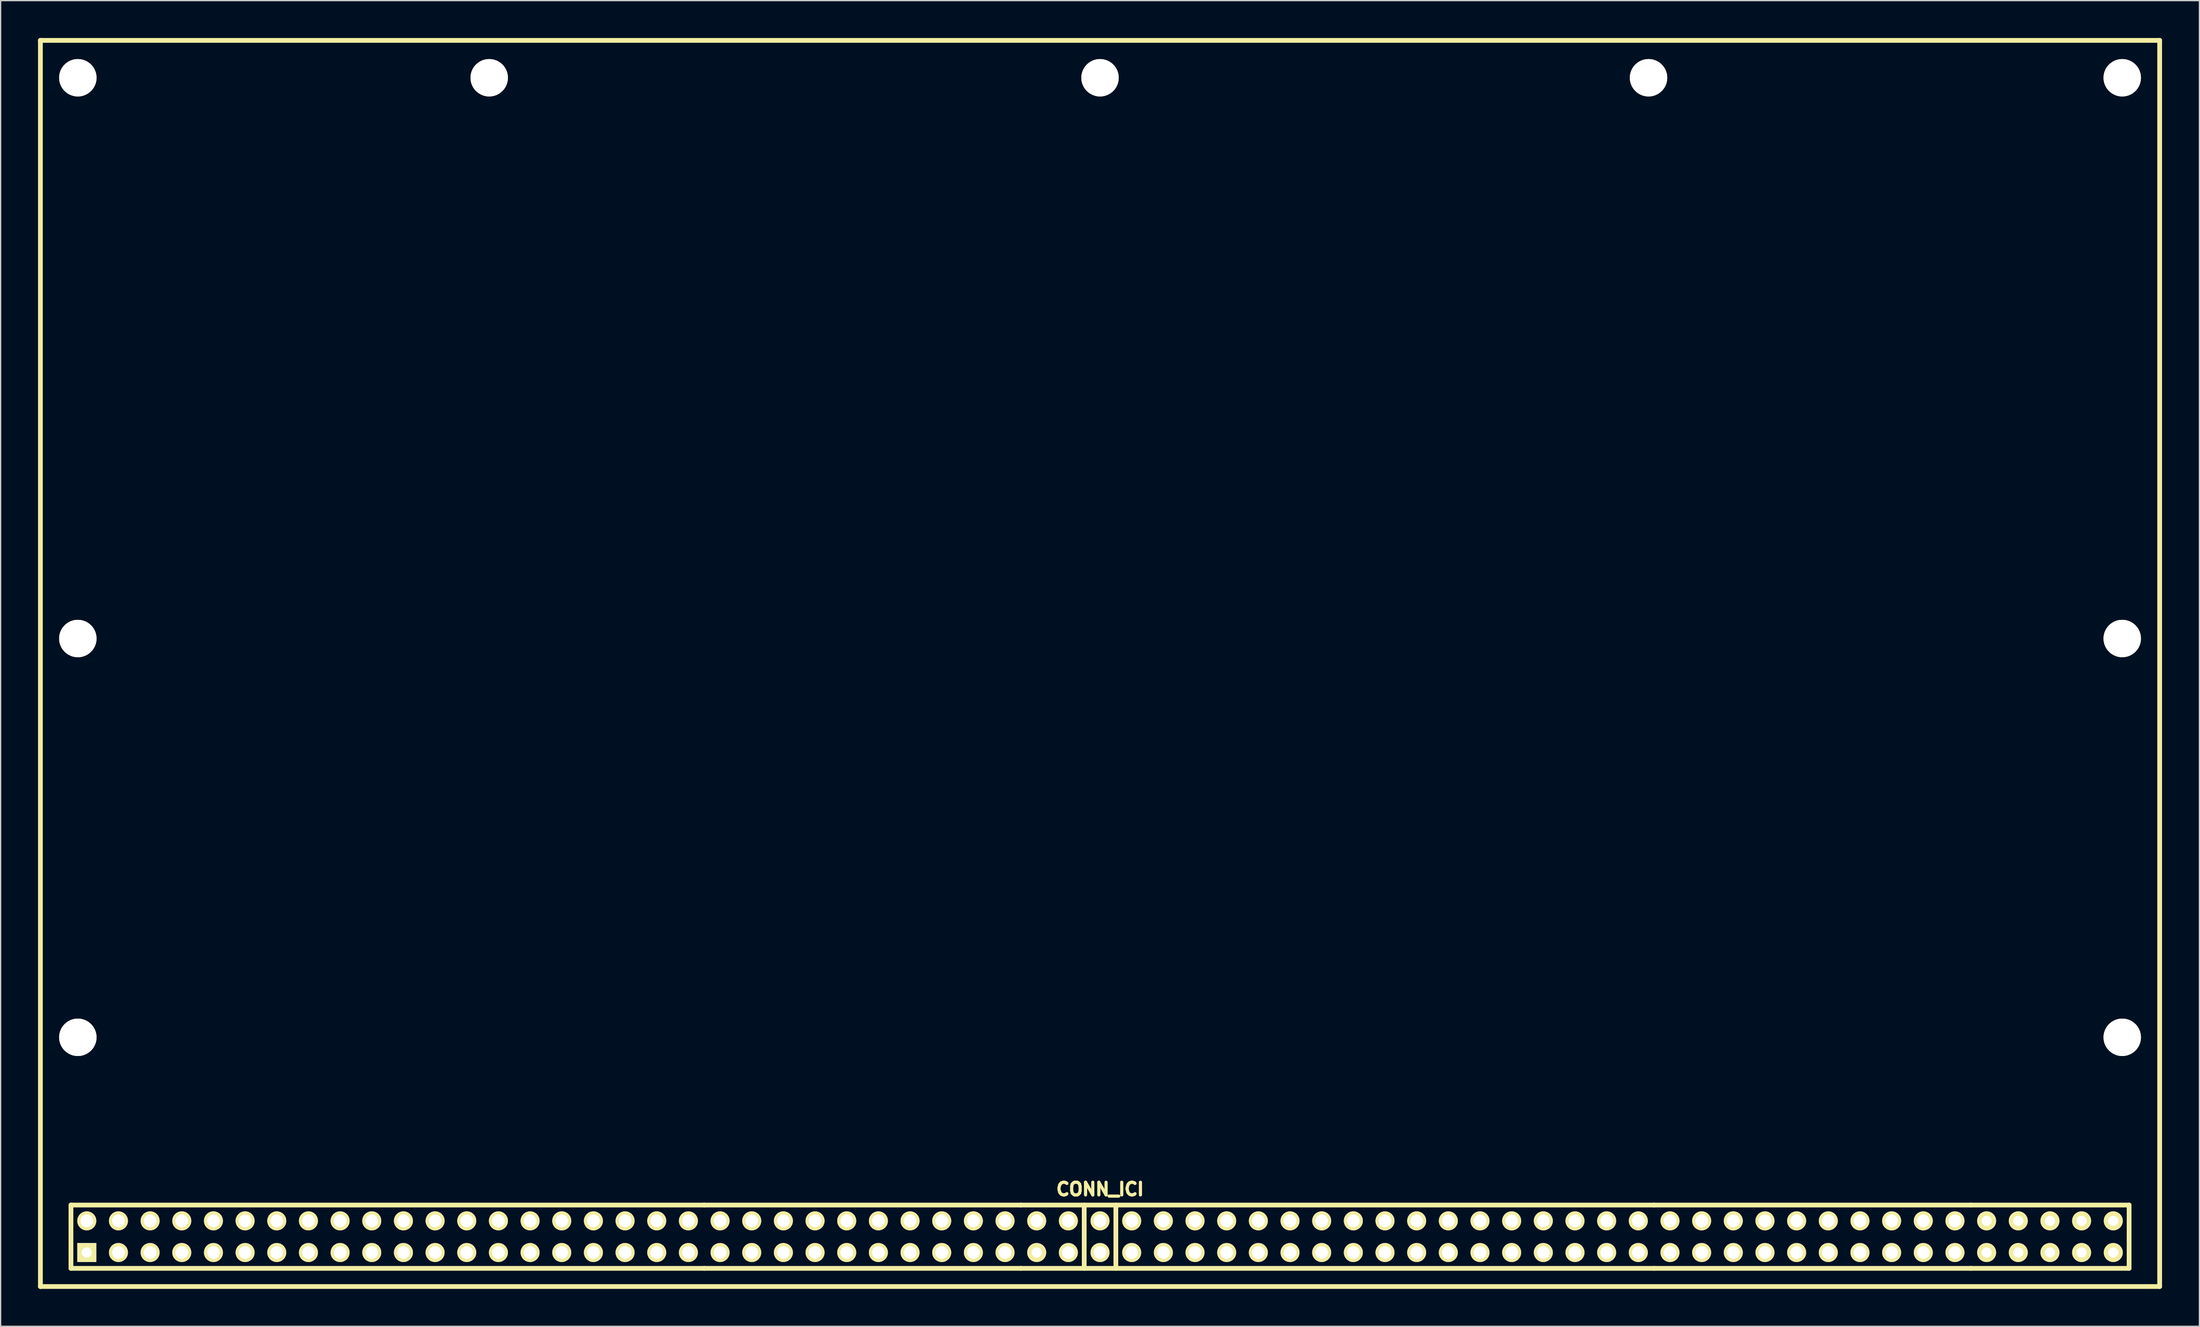
<source format=kicad_pcb>
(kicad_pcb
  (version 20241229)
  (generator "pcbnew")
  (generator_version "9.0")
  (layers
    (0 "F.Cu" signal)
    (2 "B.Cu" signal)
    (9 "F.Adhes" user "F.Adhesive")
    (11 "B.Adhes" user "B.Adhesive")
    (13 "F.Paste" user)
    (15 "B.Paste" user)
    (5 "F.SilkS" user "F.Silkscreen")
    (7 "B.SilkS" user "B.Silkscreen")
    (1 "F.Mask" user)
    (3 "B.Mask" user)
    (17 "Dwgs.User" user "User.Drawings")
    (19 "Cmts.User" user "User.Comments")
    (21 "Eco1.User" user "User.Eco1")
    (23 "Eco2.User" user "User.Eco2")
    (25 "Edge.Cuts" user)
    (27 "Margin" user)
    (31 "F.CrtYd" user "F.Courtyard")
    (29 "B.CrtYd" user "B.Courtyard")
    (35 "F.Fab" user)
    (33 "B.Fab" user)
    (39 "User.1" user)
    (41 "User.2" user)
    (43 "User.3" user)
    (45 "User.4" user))
  (footprint "CONN_ICI"
    (layer "F.Cu")
    (at 85.192 96.19)
    (property "Reference" "CONN_ICI" (at 0 -3.81 0) (layer "F.SilkS") (effects (font (size 1.016 1.016) (thickness 0.254))))
    (attr through_hole)
    (fp_line (start -85.001 -95.999) (end 85.001 -95.999) (stroke (width 0.381) (type solid)) (layer "F.SilkS"))
    (fp_line (start -85.001 4) (end -85.001 -95.999) (stroke (width 0.381) (type solid)) (layer "F.SilkS"))
    (fp_line (start -82.55 -2.54) (end -82.55 2.54) (stroke (width 0.381) (type solid)) (layer "F.SilkS"))
    (fp_line (start -31.75 -2.54) (end -82.55 -2.54) (stroke (width 0.381) (type solid)) (layer "F.SilkS"))
    (fp_line (start -31.75 -2.54) (end -6.35 -2.54) (stroke (width 0.381) (type solid)) (layer "F.SilkS"))
    (fp_line (start -31.75 2.54) (end -82.55 2.54) (stroke (width 0.381) (type solid)) (layer "F.SilkS"))
    (fp_line (start -31.75 2.54) (end -6.35 2.54) (stroke (width 0.381) (type solid)) (layer "F.SilkS"))
    (fp_line (start -1.27 -2.54) (end -1.27 2.54) (stroke (width 0.381) (type solid)) (layer "F.SilkS"))
    (fp_line (start 1.27 -2.54) (end 1.27 2.54) (stroke (width 0.381) (type solid)) (layer "F.SilkS"))
    (fp_line (start 44.45 -2.54) (end -6.35 -2.54) (stroke (width 0.381) (type solid)) (layer "F.SilkS"))
    (fp_line (start 44.45 -2.54) (end 69.85 -2.54) (stroke (width 0.381) (type solid)) (layer "F.SilkS"))
    (fp_line (start 44.45 2.54) (end -6.35 2.54) (stroke (width 0.381) (type solid)) (layer "F.SilkS"))
    (fp_line (start 44.45 2.54) (end 69.85 2.54) (stroke (width 0.381) (type solid)) (layer "F.SilkS"))
    (fp_line (start 69.85 2.54) (end 82.55 2.54) (stroke (width 0.381) (type solid)) (layer "F.SilkS"))
    (fp_line (start 82.55 -2.54) (end 69.85 -2.54) (stroke (width 0.381) (type solid)) (layer "F.SilkS"))
    (fp_line (start 82.55 -2.54) (end 82.55 2.54) (stroke (width 0.381) (type solid)) (layer "F.SilkS"))
    (fp_line (start 85.001 -95.999) (end 85.001 4) (stroke (width 0.381) (type solid)) (layer "F.SilkS"))
    (fp_line (start 85.001 4) (end -85.001 4) (stroke (width 0.381) (type solid)) (layer "F.SilkS"))
    (pad "" np_thru_hole circle (at -81.999 -93) (size 3 3) (drill 3) (layers "*.Cu" "*.Mask" "F.SilkS"))
    (pad "" np_thru_hole circle (at -81.999 -48.001) (size 3 3) (drill 3) (layers "*.Cu" "*.Mask" "F.SilkS"))
    (pad "" np_thru_hole circle (at -81.999 -15.999) (size 3 3) (drill 3) (layers "*.Cu" "*.Mask" "F.SilkS"))
    (pad "" np_thru_hole circle (at -48.999 -93) (size 3 3) (drill 3) (layers "*.Cu" "*.Mask" "F.SilkS"))
    (pad "" np_thru_hole circle (at 0 -93) (size 3 3) (drill 3) (layers "*.Cu" "*.Mask" "F.SilkS"))
    (pad "" np_thru_hole circle (at 44 -93) (size 3 3) (drill 3) (layers "*.Cu" "*.Mask" "F.SilkS"))
    (pad "" np_thru_hole circle (at 81.999 -93) (size 3 3) (drill 3) (layers "*.Cu" "*.Mask" "F.SilkS"))
    (pad "" np_thru_hole circle (at 81.999 -48.001) (size 3 3) (drill 3) (layers "*.Cu" "*.Mask" "F.SilkS"))
    (pad "" np_thru_hole circle (at 81.999 -15.999) (size 3 3) (drill 3) (layers "*.Cu" "*.Mask" "F.SilkS"))
    (pad "1" thru_hole rect (at -81.28 1.27) (size 1.524 1.524) (drill 0.813) (layers "*.Cu" "*.Mask" "F.SilkS"))
    (pad "2" thru_hole circle (at -81.28 -1.27) (size 1.524 1.524) (drill 1.016) (layers "*.Cu" "*.Mask" "F.SilkS"))
    (pad "3" thru_hole circle (at -78.74 1.27) (size 1.524 1.524) (drill 1.016) (layers "*.Cu" "*.Mask" "F.SilkS"))
    (pad "4" thru_hole circle (at -78.74 -1.27) (size 1.524 1.524) (drill 1.016) (layers "*.Cu" "*.Mask" "F.SilkS"))
    (pad "5" thru_hole circle (at -76.2 1.27) (size 1.524 1.524) (drill 1.016) (layers "*.Cu" "*.Mask" "F.SilkS"))
    (pad "6" thru_hole circle (at -76.2 -1.27) (size 1.524 1.524) (drill 1.016) (layers "*.Cu" "*.Mask" "F.SilkS"))
    (pad "7" thru_hole circle (at -73.66 1.27) (size 1.524 1.524) (drill 1.016) (layers "*.Cu" "*.Mask" "F.SilkS"))
    (pad "8" thru_hole circle (at -73.66 -1.27) (size 1.524 1.524) (drill 1.016) (layers "*.Cu" "*.Mask" "F.SilkS"))
    (pad "9" thru_hole circle (at -71.12 1.27) (size 1.524 1.524) (drill 1.016) (layers "*.Cu" "*.Mask" "F.SilkS"))
    (pad "10" thru_hole circle (at -71.12 -1.27) (size 1.524 1.524) (drill 1.016) (layers "*.Cu" "*.Mask" "F.SilkS"))
    (pad "11" thru_hole circle (at -68.58 1.27) (size 1.524 1.524) (drill 1.016) (layers "*.Cu" "*.Mask" "F.SilkS"))
    (pad "12" thru_hole circle (at -68.58 -1.27) (size 1.524 1.524) (drill 1.016) (layers "*.Cu" "*.Mask" "F.SilkS"))
    (pad "13" thru_hole circle (at -66.04 1.27) (size 1.524 1.524) (drill 1.016) (layers "*.Cu" "*.Mask" "F.SilkS"))
    (pad "14" thru_hole circle (at -66.04 -1.27) (size 1.524 1.524) (drill 1.016) (layers "*.Cu" "*.Mask" "F.SilkS"))
    (pad "15" thru_hole circle (at -63.5 1.27) (size 1.524 1.524) (drill 1.016) (layers "*.Cu" "*.Mask" "F.SilkS"))
    (pad "16" thru_hole circle (at -63.5 -1.27) (size 1.524 1.524) (drill 1.016) (layers "*.Cu" "*.Mask" "F.SilkS"))
    (pad "17" thru_hole circle (at -60.96 1.27) (size 1.524 1.524) (drill 1.016) (layers "*.Cu" "*.Mask" "F.SilkS"))
    (pad "18" thru_hole circle (at -60.96 -1.27) (size 1.524 1.524) (drill 1.016) (layers "*.Cu" "*.Mask" "F.SilkS"))
    (pad "19" thru_hole circle (at -58.42 1.27) (size 1.524 1.524) (drill 1.016) (layers "*.Cu" "*.Mask" "F.SilkS"))
    (pad "20" thru_hole circle (at -58.42 -1.27) (size 1.524 1.524) (drill 1.016) (layers "*.Cu" "*.Mask" "F.SilkS"))
    (pad "21" thru_hole circle (at -55.88 1.27) (size 1.524 1.524) (drill 1.016) (layers "*.Cu" "*.Mask" "F.SilkS"))
    (pad "22" thru_hole circle (at -55.88 -1.27) (size 1.524 1.524) (drill 1.016) (layers "*.Cu" "*.Mask" "F.SilkS"))
    (pad "23" thru_hole circle (at -53.34 1.27) (size 1.524 1.524) (drill 1.016) (layers "*.Cu" "*.Mask" "F.SilkS"))
    (pad "24" thru_hole circle (at -53.34 -1.27) (size 1.524 1.524) (drill 1.016) (layers "*.Cu" "*.Mask" "F.SilkS"))
    (pad "25" thru_hole circle (at -50.8 1.27) (size 1.524 1.524) (drill 1.016) (layers "*.Cu" "*.Mask" "F.SilkS"))
    (pad "26" thru_hole circle (at -50.8 -1.27) (size 1.524 1.524) (drill 1.016) (layers "*.Cu" "*.Mask" "F.SilkS"))
    (pad "27" thru_hole circle (at -48.26 1.27) (size 1.524 1.524) (drill 1.016) (layers "*.Cu" "*.Mask" "F.SilkS"))
    (pad "28" thru_hole circle (at -48.26 -1.27) (size 1.524 1.524) (drill 1.016) (layers "*.Cu" "*.Mask" "F.SilkS"))
    (pad "29" thru_hole circle (at -45.72 1.27) (size 1.524 1.524) (drill 1.016) (layers "*.Cu" "*.Mask" "F.SilkS"))
    (pad "30" thru_hole circle (at -45.72 -1.27) (size 1.524 1.524) (drill 1.016) (layers "*.Cu" "*.Mask" "F.SilkS"))
    (pad "31" thru_hole circle (at -43.18 1.27) (size 1.524 1.524) (drill 1.016) (layers "*.Cu" "*.Mask" "F.SilkS"))
    (pad "32" thru_hole circle (at -43.18 -1.27) (size 1.524 1.524) (drill 1.016) (layers "*.Cu" "*.Mask" "F.SilkS"))
    (pad "33" thru_hole circle (at -40.64 1.27) (size 1.524 1.524) (drill 1.016) (layers "*.Cu" "*.Mask" "F.SilkS"))
    (pad "34" thru_hole circle (at -40.64 -1.27) (size 1.524 1.524) (drill 1.016) (layers "*.Cu" "*.Mask" "F.SilkS"))
    (pad "35" thru_hole circle (at -38.1 1.27) (size 1.524 1.524) (drill 1.016) (layers "*.Cu" "*.Mask" "F.SilkS"))
    (pad "36" thru_hole circle (at -38.1 -1.27) (size 1.524 1.524) (drill 1.016) (layers "*.Cu" "*.Mask" "F.SilkS"))
    (pad "37" thru_hole circle (at -35.56 1.27) (size 1.524 1.524) (drill 1.016) (layers "*.Cu" "*.Mask" "F.SilkS"))
    (pad "38" thru_hole circle (at -35.56 -1.27) (size 1.524 1.524) (drill 1.016) (layers "*.Cu" "*.Mask" "F.SilkS"))
    (pad "39" thru_hole circle (at -33.02 1.27) (size 1.524 1.524) (drill 1.016) (layers "*.Cu" "*.Mask" "F.SilkS"))
    (pad "40" thru_hole circle (at -33.02 -1.27) (size 1.524 1.524) (drill 1.016) (layers "*.Cu" "*.Mask" "F.SilkS"))
    (pad "41" thru_hole circle (at -30.48 1.27) (size 1.524 1.524) (drill 1.016) (layers "*.Cu" "*.Mask" "F.SilkS"))
    (pad "42" thru_hole circle (at -30.48 -1.27) (size 1.524 1.524) (drill 1.016) (layers "*.Cu" "*.Mask" "F.SilkS"))
    (pad "43" thru_hole circle (at -27.94 1.27) (size 1.524 1.524) (drill 1.016) (layers "*.Cu" "*.Mask" "F.SilkS"))
    (pad "44" thru_hole circle (at -27.94 -1.27) (size 1.524 1.524) (drill 1.016) (layers "*.Cu" "*.Mask" "F.SilkS"))
    (pad "45" thru_hole circle (at -25.4 1.27) (size 1.524 1.524) (drill 1.016) (layers "*.Cu" "*.Mask" "F.SilkS"))
    (pad "46" thru_hole circle (at -25.4 -1.27) (size 1.524 1.524) (drill 1.016) (layers "*.Cu" "*.Mask" "F.SilkS"))
    (pad "47" thru_hole circle (at -22.86 1.27) (size 1.524 1.524) (drill 1.016) (layers "*.Cu" "*.Mask" "F.SilkS"))
    (pad "48" thru_hole circle (at -22.86 -1.27) (size 1.524 1.524) (drill 1.016) (layers "*.Cu" "*.Mask" "F.SilkS"))
    (pad "49" thru_hole circle (at -20.32 1.27) (size 1.524 1.524) (drill 1.016) (layers "*.Cu" "*.Mask" "F.SilkS"))
    (pad "50" thru_hole circle (at -20.32 -1.27) (size 1.524 1.524) (drill 1.016) (layers "*.Cu" "*.Mask" "F.SilkS"))
    (pad "51" thru_hole circle (at -17.78 1.27) (size 1.524 1.524) (drill 1.016) (layers "*.Cu" "*.Mask" "F.SilkS"))
    (pad "52" thru_hole circle (at -17.78 -1.27) (size 1.524 1.524) (drill 1.016) (layers "*.Cu" "*.Mask" "F.SilkS"))
    (pad "53" thru_hole circle (at -15.24 1.27) (size 1.524 1.524) (drill 1.016) (layers "*.Cu" "*.Mask" "F.SilkS"))
    (pad "54" thru_hole circle (at -15.24 -1.27) (size 1.524 1.524) (drill 1.016) (layers "*.Cu" "*.Mask" "F.SilkS"))
    (pad "55" thru_hole circle (at -12.7 1.27) (size 1.524 1.524) (drill 1.016) (layers "*.Cu" "*.Mask" "F.SilkS"))
    (pad "56" thru_hole circle (at -12.7 -1.27) (size 1.524 1.524) (drill 1.016) (layers "*.Cu" "*.Mask" "F.SilkS"))
    (pad "57" thru_hole circle (at -10.16 1.27) (size 1.524 1.524) (drill 1.016) (layers "*.Cu" "*.Mask" "F.SilkS"))
    (pad "58" thru_hole circle (at -10.16 -1.27) (size 1.524 1.524) (drill 1.016) (layers "*.Cu" "*.Mask" "F.SilkS"))
    (pad "59" thru_hole circle (at -7.62 1.27) (size 1.524 1.524) (drill 1.016) (layers "*.Cu" "*.Mask" "F.SilkS"))
    (pad "60" thru_hole circle (at -7.62 -1.27) (size 1.524 1.524) (drill 1.016) (layers "*.Cu" "*.Mask" "F.SilkS"))
    (pad "61" thru_hole circle (at -5.08 1.27) (size 1.524 1.524) (drill 0.813) (layers "*.Cu" "*.Mask" "F.SilkS"))
    (pad "62" thru_hole circle (at -5.08 -1.27) (size 1.524 1.524) (drill 1.016) (layers "*.Cu" "*.Mask" "F.SilkS"))
    (pad "63" thru_hole circle (at -2.54 1.27) (size 1.524 1.524) (drill 1.016) (layers "*.Cu" "*.Mask" "F.SilkS"))
    (pad "64" thru_hole circle (at -2.54 -1.27) (size 1.524 1.524) (drill 1.016) (layers "*.Cu" "*.Mask" "F.SilkS"))
    (pad "65" thru_hole circle (at 0 1.27) (size 1.524 1.524) (drill 1.016) (layers "*.Cu" "*.Mask" "F.SilkS"))
    (pad "66" thru_hole circle (at 0 -1.27) (size 1.524 1.524) (drill 1.016) (layers "*.Cu" "*.Mask" "F.SilkS"))
    (pad "67" thru_hole circle (at 2.54 1.27) (size 1.524 1.524) (drill 1.016) (layers "*.Cu" "*.Mask" "F.SilkS"))
    (pad "68" thru_hole circle (at 2.54 -1.27) (size 1.524 1.524) (drill 1.016) (layers "*.Cu" "*.Mask" "F.SilkS"))
    (pad "69" thru_hole circle (at 5.08 1.27) (size 1.524 1.524) (drill 1.016) (layers "*.Cu" "*.Mask" "F.SilkS"))
    (pad "70" thru_hole circle (at 5.08 -1.27) (size 1.524 1.524) (drill 1.016) (layers "*.Cu" "*.Mask" "F.SilkS"))
    (pad "71" thru_hole circle (at 7.62 1.27) (size 1.524 1.524) (drill 1.016) (layers "*.Cu" "*.Mask" "F.SilkS"))
    (pad "72" thru_hole circle (at 7.62 -1.27) (size 1.524 1.524) (drill 1.016) (layers "*.Cu" "*.Mask" "F.SilkS"))
    (pad "73" thru_hole circle (at 10.16 1.27) (size 1.524 1.524) (drill 1.016) (layers "*.Cu" "*.Mask" "F.SilkS"))
    (pad "74" thru_hole circle (at 10.16 -1.27) (size 1.524 1.524) (drill 1.016) (layers "*.Cu" "*.Mask" "F.SilkS"))
    (pad "75" thru_hole circle (at 12.7 1.27) (size 1.524 1.524) (drill 1.016) (layers "*.Cu" "*.Mask" "F.SilkS"))
    (pad "76" thru_hole circle (at 12.7 -1.27) (size 1.524 1.524) (drill 1.016) (layers "*.Cu" "*.Mask" "F.SilkS"))
    (pad "77" thru_hole circle (at 15.24 1.27) (size 1.524 1.524) (drill 1.016) (layers "*.Cu" "*.Mask" "F.SilkS"))
    (pad "78" thru_hole circle (at 15.24 -1.27) (size 1.524 1.524) (drill 1.016) (layers "*.Cu" "*.Mask" "F.SilkS"))
    (pad "79" thru_hole circle (at 17.78 1.27) (size 1.524 1.524) (drill 1.016) (layers "*.Cu" "*.Mask" "F.SilkS"))
    (pad "80" thru_hole circle (at 17.78 -1.27) (size 1.524 1.524) (drill 1.016) (layers "*.Cu" "*.Mask" "F.SilkS"))
    (pad "81" thru_hole circle (at 20.32 1.27) (size 1.524 1.524) (drill 1.016) (layers "*.Cu" "*.Mask" "F.SilkS"))
    (pad "82" thru_hole circle (at 20.32 -1.27) (size 1.524 1.524) (drill 1.016) (layers "*.Cu" "*.Mask" "F.SilkS"))
    (pad "83" thru_hole circle (at 22.86 1.27) (size 1.524 1.524) (drill 1.016) (layers "*.Cu" "*.Mask" "F.SilkS"))
    (pad "84" thru_hole circle (at 22.86 -1.27) (size 1.524 1.524) (drill 1.016) (layers "*.Cu" "*.Mask" "F.SilkS"))
    (pad "85" thru_hole circle (at 25.4 1.27) (size 1.524 1.524) (drill 1.016) (layers "*.Cu" "*.Mask" "F.SilkS"))
    (pad "86" thru_hole circle (at 25.4 -1.27) (size 1.524 1.524) (drill 1.016) (layers "*.Cu" "*.Mask" "F.SilkS"))
    (pad "87" thru_hole circle (at 27.94 1.27) (size 1.524 1.524) (drill 1.016) (layers "*.Cu" "*.Mask" "F.SilkS"))
    (pad "88" thru_hole circle (at 27.94 -1.27) (size 1.524 1.524) (drill 1.016) (layers "*.Cu" "*.Mask" "F.SilkS"))
    (pad "89" thru_hole circle (at 30.48 1.27) (size 1.524 1.524) (drill 1.016) (layers "*.Cu" "*.Mask" "F.SilkS"))
    (pad "90" thru_hole circle (at 30.48 -1.27) (size 1.524 1.524) (drill 1.016) (layers "*.Cu" "*.Mask" "F.SilkS"))
    (pad "91" thru_hole circle (at 33.02 1.27) (size 1.524 1.524) (drill 1.016) (layers "*.Cu" "*.Mask" "F.SilkS"))
    (pad "92" thru_hole circle (at 33.02 -1.27) (size 1.524 1.524) (drill 1.016) (layers "*.Cu" "*.Mask" "F.SilkS"))
    (pad "93" thru_hole circle (at 35.56 1.27) (size 1.524 1.524) (drill 1.016) (layers "*.Cu" "*.Mask" "F.SilkS"))
    (pad "94" thru_hole circle (at 35.56 -1.27) (size 1.524 1.524) (drill 1.016) (layers "*.Cu" "*.Mask" "F.SilkS"))
    (pad "95" thru_hole circle (at 38.1 1.27) (size 1.524 1.524) (drill 1.016) (layers "*.Cu" "*.Mask" "F.SilkS"))
    (pad "96" thru_hole circle (at 38.1 -1.27) (size 1.524 1.524) (drill 1.016) (layers "*.Cu" "*.Mask" "F.SilkS"))
    (pad "97" thru_hole circle (at 40.64 1.27) (size 1.524 1.524) (drill 1.016) (layers "*.Cu" "*.Mask" "F.SilkS"))
    (pad "98" thru_hole circle (at 40.64 -1.27) (size 1.524 1.524) (drill 1.016) (layers "*.Cu" "*.Mask" "F.SilkS"))
    (pad "99" thru_hole circle (at 43.18 1.27) (size 1.524 1.524) (drill 1.016) (layers "*.Cu" "*.Mask" "F.SilkS"))
    (pad "100" thru_hole circle (at 43.18 -1.27) (size 1.524 1.524) (drill 1.016) (layers "*.Cu" "*.Mask" "F.SilkS"))
    (pad "101" thru_hole circle (at 45.72 1.27) (size 1.524 1.524) (drill 1.016) (layers "*.Cu" "*.Mask" "F.SilkS"))
    (pad "102" thru_hole circle (at 45.72 -1.27) (size 1.524 1.524) (drill 1.016) (layers "*.Cu" "*.Mask" "F.SilkS"))
    (pad "103" thru_hole circle (at 48.26 1.27) (size 1.524 1.524) (drill 1.016) (layers "*.Cu" "*.Mask" "F.SilkS"))
    (pad "104" thru_hole circle (at 48.26 -1.27) (size 1.524 1.524) (drill 1.016) (layers "*.Cu" "*.Mask" "F.SilkS"))
    (pad "105" thru_hole circle (at 50.8 1.27) (size 1.524 1.524) (drill 1.016) (layers "*.Cu" "*.Mask" "F.SilkS"))
    (pad "106" thru_hole circle (at 50.8 -1.27) (size 1.524 1.524) (drill 1.016) (layers "*.Cu" "*.Mask" "F.SilkS"))
    (pad "107" thru_hole circle (at 53.34 1.27) (size 1.524 1.524) (drill 1.016) (layers "*.Cu" "*.Mask" "F.SilkS"))
    (pad "108" thru_hole circle (at 53.34 -1.27) (size 1.524 1.524) (drill 1.016) (layers "*.Cu" "*.Mask" "F.SilkS"))
    (pad "109" thru_hole circle (at 55.88 1.27) (size 1.524 1.524) (drill 1.016) (layers "*.Cu" "*.Mask" "F.SilkS"))
    (pad "110" thru_hole circle (at 55.88 -1.27) (size 1.524 1.524) (drill 1.016) (layers "*.Cu" "*.Mask" "F.SilkS"))
    (pad "111" thru_hole circle (at 58.42 1.27) (size 1.524 1.524) (drill 1.016) (layers "*.Cu" "*.Mask" "F.SilkS"))
    (pad "112" thru_hole circle (at 58.42 -1.27) (size 1.524 1.524) (drill 1.016) (layers "*.Cu" "*.Mask" "F.SilkS"))
    (pad "113" thru_hole circle (at 60.96 1.27) (size 1.524 1.524) (drill 1.016) (layers "*.Cu" "*.Mask" "F.SilkS"))
    (pad "114" thru_hole circle (at 60.96 -1.27) (size 1.524 1.524) (drill 1.016) (layers "*.Cu" "*.Mask" "F.SilkS"))
    (pad "115" thru_hole circle (at 63.5 1.27) (size 1.524 1.524) (drill 1.016) (layers "*.Cu" "*.Mask" "F.SilkS"))
    (pad "116" thru_hole circle (at 63.5 -1.27) (size 1.524 1.524) (drill 1.016) (layers "*.Cu" "*.Mask" "F.SilkS"))
    (pad "117" thru_hole circle (at 66.04 1.27) (size 1.524 1.524) (drill 1.016) (layers "*.Cu" "*.Mask" "F.SilkS"))
    (pad "118" thru_hole circle (at 66.04 -1.27) (size 1.524 1.524) (drill 1.016) (layers "*.Cu" "*.Mask" "F.SilkS"))
    (pad "119" thru_hole circle (at 68.58 1.27) (size 1.524 1.524) (drill 1.016) (layers "*.Cu" "*.Mask" "F.SilkS"))
    (pad "120" thru_hole circle (at 68.58 -1.27) (size 1.524 1.524) (drill 1.016) (layers "*.Cu" "*.Mask" "F.SilkS"))
    (pad "121" thru_hole circle (at 71.12 1.27) (size 1.524 1.524) (drill 0.813) (layers "*.Cu" "*.Mask" "F.SilkS"))
    (pad "122" thru_hole circle (at 71.12 -1.27) (size 1.524 1.524) (drill 0.813) (layers "*.Cu" "*.Mask" "F.SilkS"))
    (pad "123" thru_hole circle (at 73.66 1.27) (size 1.524 1.524) (drill 0.813) (layers "*.Cu" "*.Mask" "F.SilkS"))
    (pad "124" thru_hole circle (at 73.66 -1.27) (size 1.524 1.524) (drill 0.813) (layers "*.Cu" "*.Mask" "F.SilkS"))
    (pad "125" thru_hole circle (at 76.2 1.27) (size 1.524 1.524) (drill 0.813) (layers "*.Cu" "*.Mask" "F.SilkS"))
    (pad "126" thru_hole circle (at 76.2 -1.27) (size 1.524 1.524) (drill 0.813) (layers "*.Cu" "*.Mask" "F.SilkS"))
    (pad "127" thru_hole circle (at 78.74 1.27) (size 1.524 1.524) (drill 0.813) (layers "*.Cu" "*.Mask" "F.SilkS"))
    (pad "128" thru_hole circle (at 78.74 -1.27) (size 1.524 1.524) (drill 0.813) (layers "*.Cu" "*.Mask" "F.SilkS"))
    (pad "129" thru_hole circle (at 81.28 1.27) (size 1.524 1.524) (drill 0.813) (layers "*.Cu" "*.Mask" "F.SilkS"))
    (pad "130" thru_hole circle (at 81.28 -1.27) (size 1.524 1.524) (drill 0.813) (layers "*.Cu" "*.Mask" "F.SilkS")))
  (gr_rect
    (start -3 -3)
    (end 173.383 103.381)
    (stroke (width 0.1) (type default))
    (fill no)
    (layer "Edge.Cuts")))
</source>
